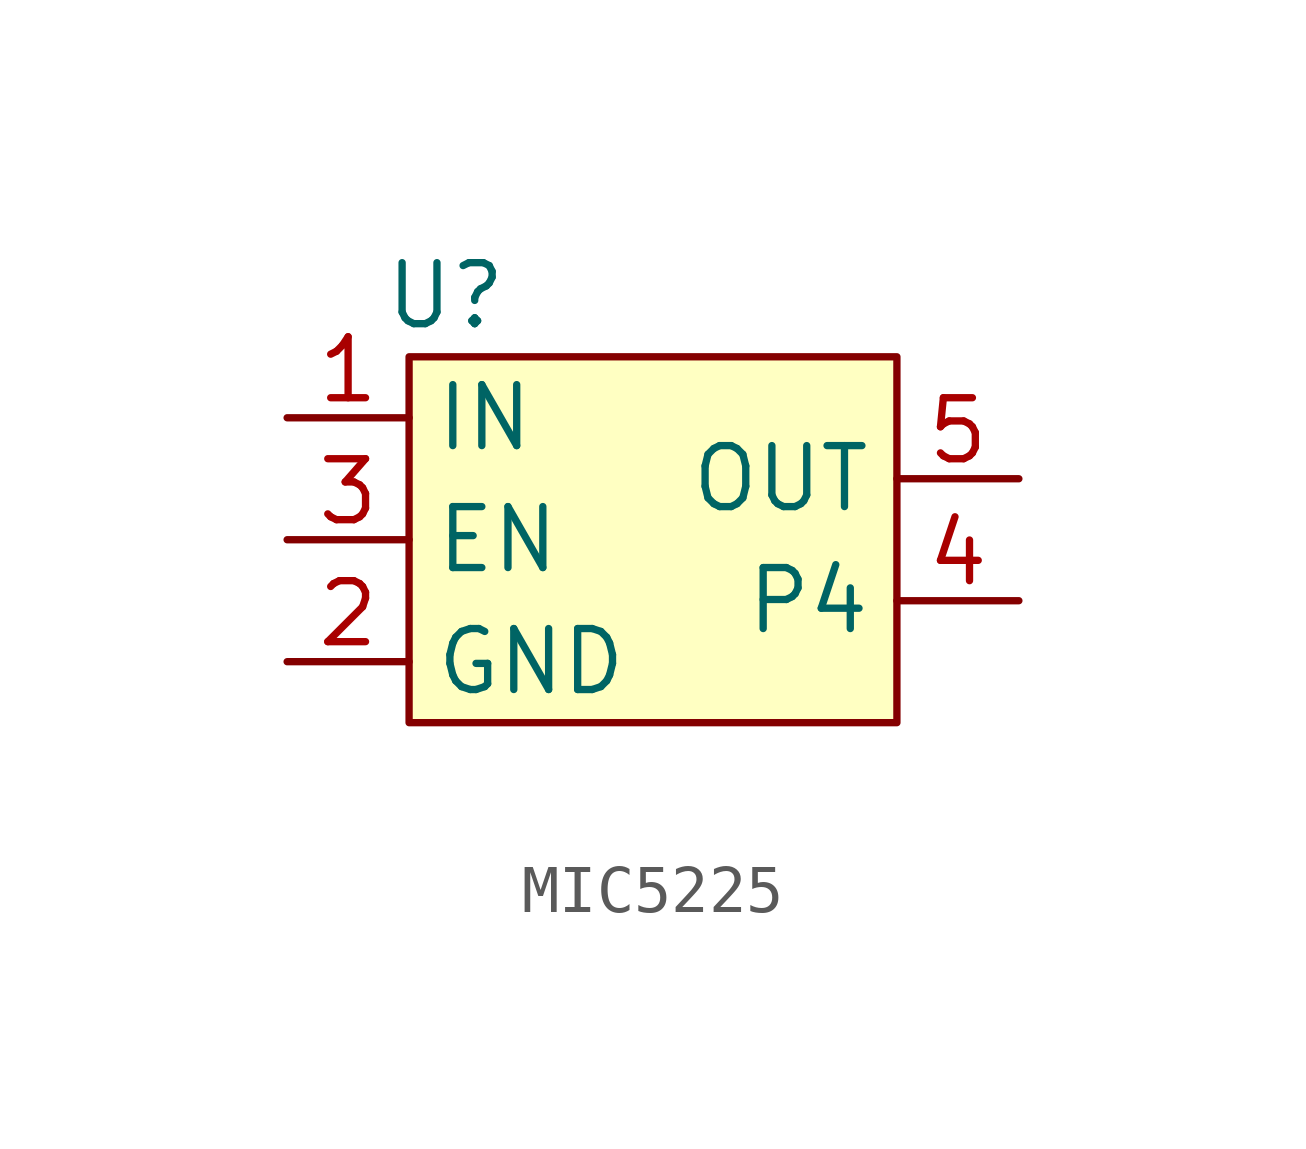
<source format=kicad_sym>
(kicad_symbol_lib
  (version 20231120)
  (generator "kicad_symbol_editor")
  (generator_version "8.0")
  (symbol "MIC5225"
    (property "Reference" "U"
      (at 0.762 8.89 0)
      (effects (font (size 1.27 1.27))))
    (property "Value" ""
      (at 0 -1.27 0)
      (effects (font (size 1.27 1.27))))
    (symbol "MIC5225_1_0"
      (pin power_in line (at -2.54 6.35 0) (length 2.54) (name "IN" (effects (font (size 1.27 1.27)))) (number "1" (effects (font (size 1.27 1.27)))))
      (pin power_in line (at -2.54 1.27 0) (length 2.54) (name "GND" (effects (font (size 1.27 1.27)))) (number "2" (effects (font (size 1.27 1.27)))))
      (pin input line (at -2.54 3.81 0) (length 2.54) (name "EN" (effects (font (size 1.27 1.27)))) (number "3" (effects (font (size 1.27 1.27)))))
      (pin bidirectional line (at 12.7 2.54 180) (length 2.54) (name "P4" (effects (font (size 1.27 1.27)))) (number "4" (effects (font (size 1.27 1.27)))))
      (pin power_in line (at 12.7 5.08 180) (length 2.54) (name "OUT" (effects (font (size 1.27 1.27)))) (number "5" (effects (font (size 1.27 1.27))))))
    (symbol "MIC5225_1_1"
      (rectangle (start 0 7.62) (end 10.16 0) (stroke (width 0) (type default)) (fill (type background))))))
</source>
